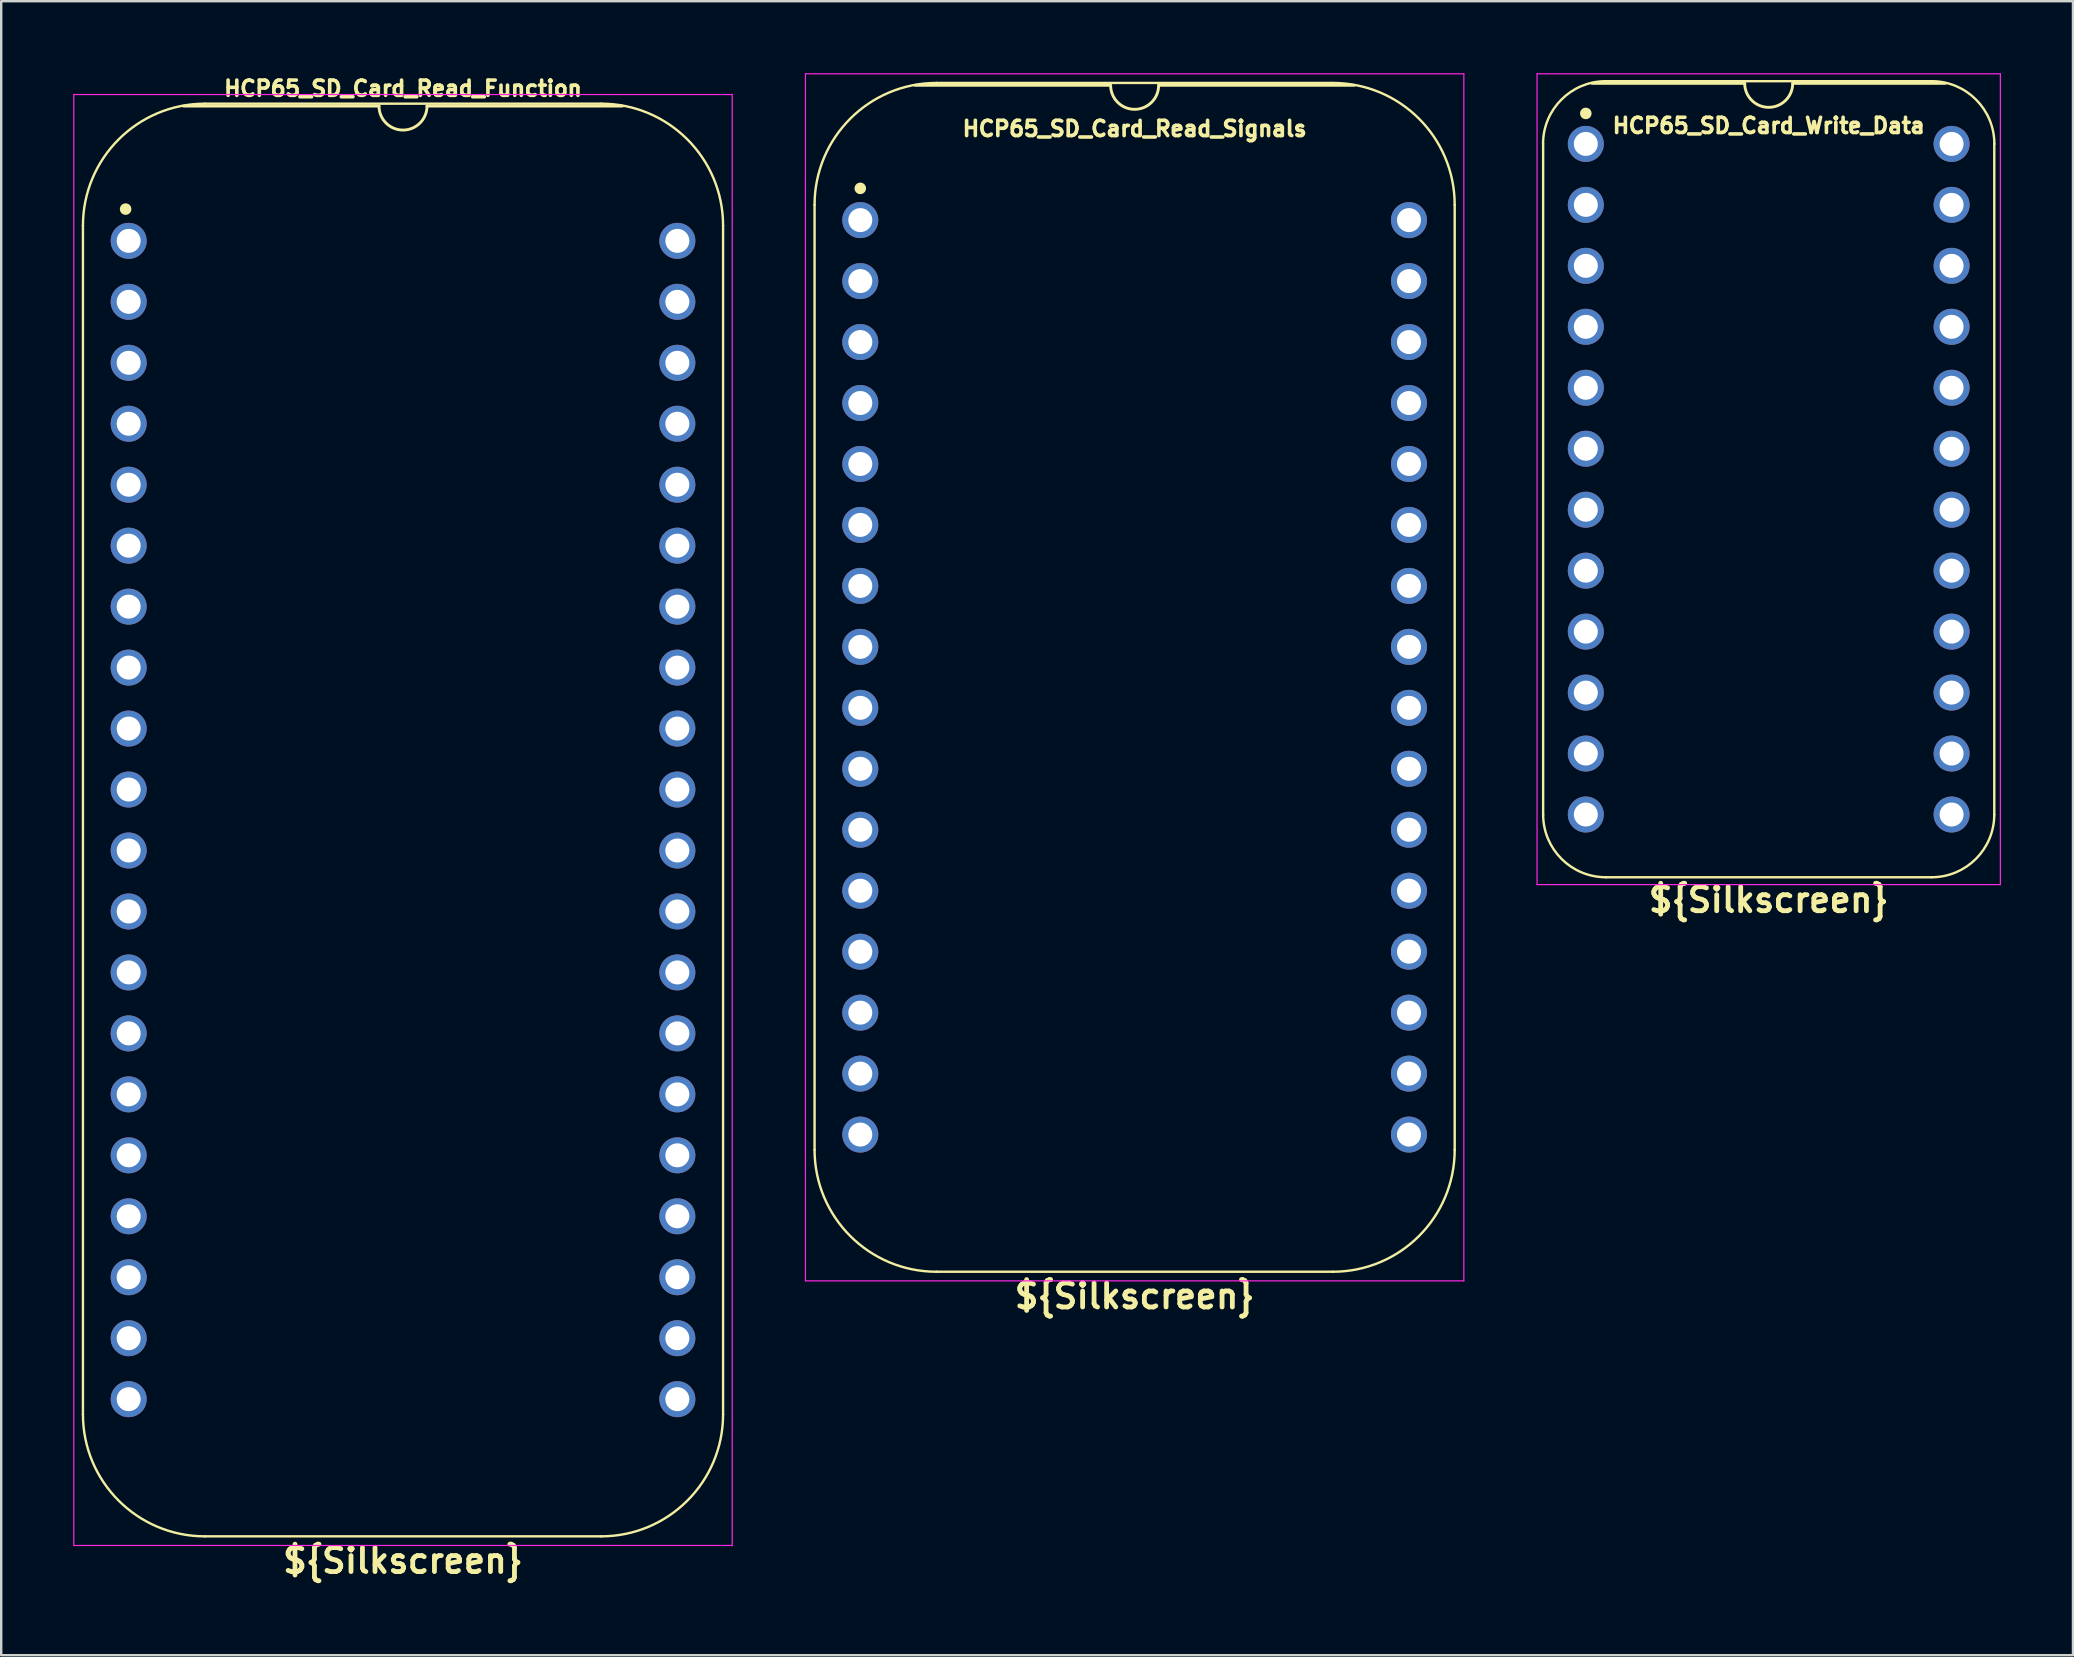
<source format=kicad_pcb>
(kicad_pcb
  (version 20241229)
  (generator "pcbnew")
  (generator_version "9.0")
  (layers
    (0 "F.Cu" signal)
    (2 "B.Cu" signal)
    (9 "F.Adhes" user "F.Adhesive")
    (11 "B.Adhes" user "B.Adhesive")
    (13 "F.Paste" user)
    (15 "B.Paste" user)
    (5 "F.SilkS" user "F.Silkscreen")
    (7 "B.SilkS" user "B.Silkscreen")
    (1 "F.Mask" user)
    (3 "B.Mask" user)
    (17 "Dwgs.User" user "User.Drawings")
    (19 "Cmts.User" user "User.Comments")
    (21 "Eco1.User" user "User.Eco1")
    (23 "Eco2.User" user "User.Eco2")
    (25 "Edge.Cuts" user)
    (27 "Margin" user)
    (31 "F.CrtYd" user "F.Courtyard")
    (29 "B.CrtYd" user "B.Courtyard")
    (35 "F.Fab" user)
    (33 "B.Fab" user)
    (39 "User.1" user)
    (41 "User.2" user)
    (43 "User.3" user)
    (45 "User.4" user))
  (footprint "HCP65_SD_Card_Read_Signals"
    (layer "F.Cu")
    (at 32.793 6.121)
    (property "Reference" "HCP65_SD_Card_Read_Signals" (at 11.43 -3.81 0) (layer "F.SilkS") (effects (font (size 0.635 0.635) (thickness 0.15))))
    (property "Silkscreen" "${Silkscreen}" (at 11.43 44.831 0) (layer "F.SilkS") (effects (font (size 1 1) (thickness 0.2))))
    (attr through_hole)
    (fp_line (start -1.905 -0.635) (end -1.905 38.735) (stroke (width 0.1) (type solid)) (layer "F.SilkS"))
    (fp_line (start 10.43 -5.616) (end 2.286 -5.616) (stroke (width 0.12) (type solid)) (layer "F.SilkS"))
    (fp_line (start 19.685 -5.715) (end 3.175 -5.715) (stroke (width 0.1) (type solid)) (layer "F.SilkS"))
    (fp_line (start 19.685 43.815) (end 3.175 43.815) (stroke (width 0.1) (type solid)) (layer "F.SilkS"))
    (fp_line (start 20.574 -5.616) (end 12.43 -5.616) (stroke (width 0.12) (type solid)) (layer "F.SilkS"))
    (fp_line (start 24.765 38.735) (end 24.765 -0.635) (stroke (width 0.1) (type solid)) (layer "F.SilkS"))
    (fp_arc (start -1.905 -0.635) (mid -0.417102 -4.227102) (end 3.175 -5.715) (stroke (width 0.1) (type solid)) (layer "F.SilkS"))
    (fp_arc (start 3.175 43.815) (mid -0.417102 42.327102) (end -1.905 38.735) (stroke (width 0.1) (type solid)) (layer "F.SilkS"))
    (fp_arc (start 12.43 -5.616) (mid 11.43 -4.616) (end 10.43 -5.616) (stroke (width 0.12) (type solid)) (layer "F.SilkS"))
    (fp_arc (start 19.685 -5.715) (mid 23.277102 -4.227102) (end 24.765 -0.635) (stroke (width 0.1) (type solid)) (layer "F.SilkS"))
    (fp_arc (start 24.765 38.735) (mid 23.277102 42.327102) (end 19.685 43.815) (stroke (width 0.1) (type solid)) (layer "F.SilkS"))
    (fp_circle (center 0 -1.323) (end 0.18 -1.323) (stroke (width 0.12) (type solid)) (fill yes) (layer "F.SilkS"))
    (fp_line (start -2.286 -6.096) (end -2.286 44.196) (stroke (width 0.05) (type solid)) (layer "F.CrtYd"))
    (fp_line (start -2.286 -6.096) (end 25.146 -6.096) (stroke (width 0.05) (type solid)) (layer "F.CrtYd"))
    (fp_line (start -2.286 44.196) (end 25.146 44.196) (stroke (width 0.05) (type solid)) (layer "F.CrtYd"))
    (fp_line (start 25.146 44.196) (end 25.146 -6.096) (stroke (width 0.05) (type solid)) (layer "F.CrtYd"))
    (pad "1" thru_hole circle (at 0 0) (size 1.5 1.5) (drill 1) (layers "*.Cu" "*.Mask"))
    (pad "2" thru_hole circle (at 0 2.54) (size 1.5 1.5) (drill 1) (layers "*.Cu" "*.Mask"))
    (pad "3" thru_hole circle (at 0 5.08) (size 1.5 1.5) (drill 1) (layers "*.Cu" "*.Mask"))
    (pad "4" thru_hole circle (at 0 7.62) (size 1.5 1.5) (drill 1) (layers "*.Cu" "*.Mask"))
    (pad "5" thru_hole circle (at 0 10.16) (size 1.5 1.5) (drill 1) (layers "*.Cu" "*.Mask"))
    (pad "6" thru_hole circle (at 0 12.7) (size 1.5 1.5) (drill 1) (layers "*.Cu" "*.Mask"))
    (pad "7" thru_hole circle (at 0 15.24) (size 1.5 1.5) (drill 1) (layers "*.Cu" "*.Mask"))
    (pad "8" thru_hole circle (at 0 17.78) (size 1.5 1.5) (drill 1) (layers "*.Cu" "*.Mask"))
    (pad "9" thru_hole circle (at 0 20.32) (size 1.5 1.5) (drill 1) (layers "*.Cu" "*.Mask"))
    (pad "10" thru_hole circle (at 0 22.86) (size 1.5 1.5) (drill 1) (layers "*.Cu" "*.Mask"))
    (pad "11" thru_hole circle (at 0 25.4) (size 1.5 1.5) (drill 1) (layers "*.Cu" "*.Mask"))
    (pad "12" thru_hole circle (at 0 27.94) (size 1.5 1.5) (drill 1) (layers "*.Cu" "*.Mask"))
    (pad "13" thru_hole circle (at 0 30.48) (size 1.5 1.5) (drill 1) (layers "*.Cu" "*.Mask"))
    (pad "14" thru_hole circle (at 0 33.02) (size 1.5 1.5) (drill 1) (layers "*.Cu" "*.Mask"))
    (pad "15" thru_hole circle (at 0 35.56) (size 1.5 1.5) (drill 1) (layers "*.Cu" "*.Mask"))
    (pad "16" thru_hole circle (at 0 38.1) (size 1.5 1.5) (drill 1) (layers "*.Cu" "*.Mask"))
    (pad "17" thru_hole circle (at 22.86 38.1) (size 1.5 1.5) (drill 1) (layers "*.Cu" "*.Mask"))
    (pad "18" thru_hole circle (at 22.86 35.56) (size 1.5 1.5) (drill 1) (layers "*.Cu" "*.Mask"))
    (pad "19" thru_hole circle (at 22.86 33.02) (size 1.5 1.5) (drill 1) (layers "*.Cu" "*.Mask"))
    (pad "20" thru_hole circle (at 22.86 30.48) (size 1.5 1.5) (drill 1) (layers "*.Cu" "*.Mask"))
    (pad "21" thru_hole circle (at 22.86 27.94) (size 1.5 1.5) (drill 1) (layers "*.Cu" "*.Mask"))
    (pad "22" thru_hole circle (at 22.86 25.4) (size 1.5 1.5) (drill 1) (layers "*.Cu" "*.Mask"))
    (pad "23" thru_hole circle (at 22.86 22.86) (size 1.5 1.5) (drill 1) (layers "*.Cu" "*.Mask"))
    (pad "24" thru_hole circle (at 22.86 20.32) (size 1.5 1.5) (drill 1) (layers "*.Cu" "*.Mask"))
    (pad "25" thru_hole circle (at 22.86 17.78) (size 1.5 1.5) (drill 1) (layers "*.Cu" "*.Mask"))
    (pad "26" thru_hole circle (at 22.86 15.24) (size 1.5 1.5) (drill 1) (layers "*.Cu" "*.Mask"))
    (pad "27" thru_hole circle (at 22.86 12.7) (size 1.5 1.5) (drill 1) (layers "*.Cu" "*.Mask"))
    (pad "28" thru_hole circle (at 22.86 10.16) (size 1.5 1.5) (drill 1) (layers "*.Cu" "*.Mask"))
    (pad "29" thru_hole circle (at 22.86 7.62) (size 1.5 1.5) (drill 1) (layers "*.Cu" "*.Mask"))
    (pad "30" thru_hole circle (at 22.86 5.08) (size 1.5 1.5) (drill 1) (layers "*.Cu" "*.Mask"))
    (pad "31" thru_hole circle (at 22.86 2.54) (size 1.5 1.5) (drill 1) (layers "*.Cu" "*.Mask"))
    (pad "32" thru_hole circle (at 22.86 0) (size 1.5 1.5) (drill 1) (layers "*.Cu" "*.Mask")))
  (footprint "HCP65_SD_Card_Write_Data"
    (layer "F.Cu")
    (at 63.021 2.946)
    (property "Reference" "HCP65_SD_Card_Write_Data" (at 7.62 -0.762 0) (layer "F.SilkS") (effects (font (size 0.635 0.635) (thickness 0.15))))
    (property "Silkscreen" "${Silkscreen}" (at 7.62 31.496 0) (layer "F.SilkS") (effects (font (size 1 1) (thickness 0.2))))
    (attr through_hole)
    (fp_line (start -1.778 27.94) (end -1.778 0) (stroke (width 0.1) (type solid)) (layer "F.SilkS"))
    (fp_line (start 0.832 -2.614) (end 14.408 -2.614) (stroke (width 0.1) (type solid)) (layer "F.SilkS"))
    (fp_line (start 6.62 -2.524) (end 0.254 -2.524) (stroke (width 0.12) (type solid)) (layer "F.SilkS"))
    (fp_line (start 14.404 30.554) (end 0.836 30.554) (stroke (width 0.1) (type solid)) (layer "F.SilkS"))
    (fp_line (start 14.986 -2.524) (end 8.62 -2.524) (stroke (width 0.12) (type solid)) (layer "F.SilkS"))
    (fp_line (start 17.018 27.94) (end 17.018 0) (stroke (width 0.1) (type solid)) (layer "F.SilkS"))
    (fp_arc (start -1.781544 0) (mid -1.016 -1.848188) (end 0.832188 -2.613732) (stroke (width 0.1) (type solid)) (layer "F.SilkS"))
    (fp_arc (start 0.835733 30.553733) (mid -1.012456 29.788189) (end -1.778 27.94) (stroke (width 0.1) (type solid)) (layer "F.SilkS"))
    (fp_arc (start 8.62 -2.524) (mid 7.62 -1.524) (end 6.62 -2.524) (stroke (width 0.12) (type solid)) (layer "F.SilkS"))
    (fp_arc (start 14.407812 -2.613732) (mid 16.256 -1.848188) (end 17.021544 0) (stroke (width 0.1) (type solid)) (layer "F.SilkS"))
    (fp_arc (start 17.018001 27.940001) (mid 16.252456 29.788188) (end 14.404269 30.553733) (stroke (width 0.1) (type solid)) (layer "F.SilkS"))
    (fp_circle (center 0 -1.27) (end 0.18 -1.27) (stroke (width 0.12) (type solid)) (fill yes) (layer "F.SilkS"))
    (fp_line (start -2.032 -2.921) (end -2.032 30.861) (stroke (width 0.05) (type solid)) (layer "F.CrtYd"))
    (fp_line (start -2.032 -2.921) (end 17.272 -2.921) (stroke (width 0.05) (type solid)) (layer "F.CrtYd"))
    (fp_line (start -2.032 30.861) (end 17.272 30.861) (stroke (width 0.05) (type solid)) (layer "F.CrtYd"))
    (fp_line (start 17.272 -2.921) (end 17.272 30.861) (stroke (width 0.05) (type solid)) (layer "F.CrtYd"))
    (pad "1" thru_hole circle (at 0 0) (size 1.5 1.5) (drill 1) (layers "*.Cu" "*.Mask"))
    (pad "2" thru_hole circle (at 0 2.54) (size 1.5 1.5) (drill 1) (layers "*.Cu" "*.Mask"))
    (pad "3" thru_hole circle (at 0 5.08) (size 1.5 1.5) (drill 1) (layers "*.Cu" "*.Mask"))
    (pad "4" thru_hole circle (at 0 7.62) (size 1.5 1.5) (drill 1) (layers "*.Cu" "*.Mask"))
    (pad "5" thru_hole circle (at 0 10.16) (size 1.5 1.5) (drill 1) (layers "*.Cu" "*.Mask"))
    (pad "6" thru_hole circle (at 0 12.7) (size 1.5 1.5) (drill 1) (layers "*.Cu" "*.Mask"))
    (pad "7" thru_hole circle (at 0 15.24) (size 1.5 1.5) (drill 1) (layers "*.Cu" "*.Mask"))
    (pad "8" thru_hole circle (at 0 17.78) (size 1.5 1.5) (drill 1) (layers "*.Cu" "*.Mask"))
    (pad "9" thru_hole circle (at 0 20.32) (size 1.5 1.5) (drill 1) (layers "*.Cu" "*.Mask"))
    (pad "10" thru_hole circle (at 0 22.86) (size 1.5 1.5) (drill 1) (layers "*.Cu" "*.Mask"))
    (pad "11" thru_hole circle (at 0 25.4) (size 1.5 1.5) (drill 1) (layers "*.Cu" "*.Mask"))
    (pad "12" thru_hole circle (at 0 27.94) (size 1.5 1.5) (drill 1) (layers "*.Cu" "*.Mask"))
    (pad "13" thru_hole circle (at 15.24 27.94) (size 1.5 1.5) (drill 1) (layers "*.Cu" "*.Mask"))
    (pad "14" thru_hole circle (at 15.24 25.4) (size 1.5 1.5) (drill 1) (layers "*.Cu" "*.Mask"))
    (pad "15" thru_hole circle (at 15.24 22.86) (size 1.5 1.5) (drill 1) (layers "*.Cu" "*.Mask"))
    (pad "16" thru_hole circle (at 15.24 20.32) (size 1.5 1.5) (drill 1) (layers "*.Cu" "*.Mask"))
    (pad "17" thru_hole circle (at 15.24 17.78) (size 1.5 1.5) (drill 1) (layers "*.Cu" "*.Mask"))
    (pad "18" thru_hole circle (at 15.24 15.24) (size 1.5 1.5) (drill 1) (layers "*.Cu" "*.Mask"))
    (pad "19" thru_hole circle (at 15.24 12.7) (size 1.5 1.5) (drill 1) (layers "*.Cu" "*.Mask"))
    (pad "20" thru_hole circle (at 15.24 10.16) (size 1.5 1.5) (drill 1) (layers "*.Cu" "*.Mask"))
    (pad "21" thru_hole circle (at 15.24 7.62) (size 1.5 1.5) (drill 1) (layers "*.Cu" "*.Mask"))
    (pad "22" thru_hole circle (at 15.24 5.08) (size 1.5 1.5) (drill 1) (layers "*.Cu" "*.Mask"))
    (pad "23" thru_hole circle (at 15.24 2.54) (size 1.5 1.5) (drill 1) (layers "*.Cu" "*.Mask"))
    (pad "24" thru_hole circle (at 15.24 0) (size 1.5 1.5) (drill 1) (layers "*.Cu" "*.Mask")))
  (footprint "HCP65_SD_Card_Read_Function"
    (layer "F.Cu")
    (at 2.311 6.985)
    (property "Reference" "HCP65_SD_Card_Read_Function" (at 11.43 -6.35 0) (layer "F.SilkS") (effects (font (size 0.635 0.635) (thickness 0.15))))
    (property "Silkscreen" "${Silkscreen}" (at 11.43 54.991 0) (layer "F.SilkS") (effects (font (size 1 1) (thickness 0.2))))
    (attr through_hole)
    (fp_line (start -1.905 -0.635) (end -1.905 48.895) (stroke (width 0.1) (type solid)) (layer "F.SilkS"))
    (fp_line (start 10.43 -5.616) (end 2.286 -5.616) (stroke (width 0.12) (type solid)) (layer "F.SilkS"))
    (fp_line (start 19.685 -5.715) (end 3.175 -5.715) (stroke (width 0.1) (type solid)) (layer "F.SilkS"))
    (fp_line (start 19.685 53.975) (end 3.175 53.975) (stroke (width 0.1) (type solid)) (layer "F.SilkS"))
    (fp_line (start 20.574 -5.616) (end 12.43 -5.616) (stroke (width 0.12) (type solid)) (layer "F.SilkS"))
    (fp_line (start 24.765 48.895) (end 24.765 -0.635) (stroke (width 0.1) (type solid)) (layer "F.SilkS"))
    (fp_arc (start -1.905 -0.635) (mid -0.417102 -4.227102) (end 3.175 -5.715) (stroke (width 0.1) (type solid)) (layer "F.SilkS"))
    (fp_arc (start 3.175 53.975) (mid -0.417102 52.487102) (end -1.905 48.895) (stroke (width 0.1) (type solid)) (layer "F.SilkS"))
    (fp_arc (start 12.43 -5.616) (mid 11.43 -4.616) (end 10.43 -5.616) (stroke (width 0.12) (type solid)) (layer "F.SilkS"))
    (fp_arc (start 19.685 -5.715) (mid 23.277102 -4.227102) (end 24.765 -0.635) (stroke (width 0.1) (type solid)) (layer "F.SilkS"))
    (fp_arc (start 24.765 48.895) (mid 23.277102 52.487102) (end 19.685 53.975) (stroke (width 0.1) (type solid)) (layer "F.SilkS"))
    (fp_circle (center -0.127 -1.323) (end 0.053 -1.323) (stroke (width 0.12) (type solid)) (fill yes) (layer "F.SilkS"))
    (fp_line (start -2.286 -6.096) (end -2.286 54.356) (stroke (width 0.05) (type solid)) (layer "F.CrtYd"))
    (fp_line (start -2.286 -6.096) (end 25.146 -6.096) (stroke (width 0.05) (type solid)) (layer "F.CrtYd"))
    (fp_line (start -2.286 54.356) (end 25.146 54.356) (stroke (width 0.05) (type solid)) (layer "F.CrtYd"))
    (fp_line (start 25.146 54.356) (end 25.146 -6.096) (stroke (width 0.05) (type solid)) (layer "F.CrtYd"))
    (pad "1" thru_hole circle (at 0 0) (size 1.5 1.5) (drill 1) (layers "*.Cu" "*.Mask"))
    (pad "2" thru_hole circle (at 0 2.54) (size 1.5 1.5) (drill 1) (layers "*.Cu" "*.Mask"))
    (pad "3" thru_hole circle (at 0 5.08) (size 1.5 1.5) (drill 1) (layers "*.Cu" "*.Mask"))
    (pad "4" thru_hole circle (at 0 7.62) (size 1.5 1.5) (drill 1) (layers "*.Cu" "*.Mask"))
    (pad "5" thru_hole circle (at 0 10.16) (size 1.5 1.5) (drill 1) (layers "*.Cu" "*.Mask"))
    (pad "6" thru_hole circle (at 0 12.7) (size 1.5 1.5) (drill 1) (layers "*.Cu" "*.Mask"))
    (pad "7" thru_hole circle (at 0 15.24) (size 1.5 1.5) (drill 1) (layers "*.Cu" "*.Mask"))
    (pad "8" thru_hole circle (at 0 17.78) (size 1.5 1.5) (drill 1) (layers "*.Cu" "*.Mask"))
    (pad "9" thru_hole circle (at 0 20.32) (size 1.5 1.5) (drill 1) (layers "*.Cu" "*.Mask"))
    (pad "10" thru_hole circle (at 0 22.86) (size 1.5 1.5) (drill 1) (layers "*.Cu" "*.Mask"))
    (pad "11" thru_hole circle (at 0 25.4) (size 1.5 1.5) (drill 1) (layers "*.Cu" "*.Mask"))
    (pad "12" thru_hole circle (at 0 27.94) (size 1.5 1.5) (drill 1) (layers "*.Cu" "*.Mask"))
    (pad "13" thru_hole circle (at 0 30.48) (size 1.5 1.5) (drill 1) (layers "*.Cu" "*.Mask"))
    (pad "14" thru_hole circle (at 0 33.02) (size 1.5 1.5) (drill 1) (layers "*.Cu" "*.Mask"))
    (pad "15" thru_hole circle (at 0 35.56) (size 1.5 1.5) (drill 1) (layers "*.Cu" "*.Mask"))
    (pad "16" thru_hole circle (at 0 38.1) (size 1.5 1.5) (drill 1) (layers "*.Cu" "*.Mask"))
    (pad "17" thru_hole circle (at 0 40.64) (size 1.5 1.5) (drill 1) (layers "*.Cu" "*.Mask"))
    (pad "18" thru_hole circle (at 0 43.18) (size 1.5 1.5) (drill 1) (layers "*.Cu" "*.Mask"))
    (pad "19" thru_hole circle (at 0 45.72) (size 1.5 1.5) (drill 1) (layers "*.Cu" "*.Mask"))
    (pad "20" thru_hole circle (at 0 48.26) (size 1.5 1.5) (drill 1) (layers "*.Cu" "*.Mask"))
    (pad "21" thru_hole circle (at 22.86 48.26) (size 1.5 1.5) (drill 1) (layers "*.Cu" "*.Mask"))
    (pad "22" thru_hole circle (at 22.86 45.72) (size 1.5 1.5) (drill 1) (layers "*.Cu" "*.Mask"))
    (pad "23" thru_hole circle (at 22.86 43.18) (size 1.5 1.5) (drill 1) (layers "*.Cu" "*.Mask"))
    (pad "24" thru_hole circle (at 22.86 40.64) (size 1.5 1.5) (drill 1) (layers "*.Cu" "*.Mask"))
    (pad "25" thru_hole circle (at 22.86 38.1) (size 1.5 1.5) (drill 1) (layers "*.Cu" "*.Mask"))
    (pad "26" thru_hole circle (at 22.86 35.56) (size 1.5 1.5) (drill 1) (layers "*.Cu" "*.Mask"))
    (pad "27" thru_hole circle (at 22.86 33.02) (size 1.5 1.5) (drill 1) (layers "*.Cu" "*.Mask"))
    (pad "28" thru_hole circle (at 22.86 30.48) (size 1.5 1.5) (drill 1) (layers "*.Cu" "*.Mask"))
    (pad "29" thru_hole circle (at 22.86 27.94) (size 1.5 1.5) (drill 1) (layers "*.Cu" "*.Mask"))
    (pad "30" thru_hole circle (at 22.86 25.4) (size 1.5 1.5) (drill 1) (layers "*.Cu" "*.Mask"))
    (pad "31" thru_hole circle (at 22.86 22.86) (size 1.5 1.5) (drill 1) (layers "*.Cu" "*.Mask"))
    (pad "32" thru_hole circle (at 22.86 20.32) (size 1.5 1.5) (drill 1) (layers "*.Cu" "*.Mask"))
    (pad "33" thru_hole circle (at 22.86 17.78) (size 1.5 1.5) (drill 1) (layers "*.Cu" "*.Mask"))
    (pad "34" thru_hole circle (at 22.86 15.24) (size 1.5 1.5) (drill 1) (layers "*.Cu" "*.Mask"))
    (pad "35" thru_hole circle (at 22.86 12.7) (size 1.5 1.5) (drill 1) (layers "*.Cu" "*.Mask"))
    (pad "36" thru_hole circle (at 22.86 10.16) (size 1.5 1.5) (drill 1) (layers "*.Cu" "*.Mask"))
    (pad "37" thru_hole circle (at 22.86 7.62) (size 1.5 1.5) (drill 1) (layers "*.Cu" "*.Mask"))
    (pad "38" thru_hole circle (at 22.86 5.08) (size 1.5 1.5) (drill 1) (layers "*.Cu" "*.Mask"))
    (pad "39" thru_hole circle (at 22.86 2.54) (size 1.5 1.5) (drill 1) (layers "*.Cu" "*.Mask"))
    (pad "40" thru_hole circle (at 22.86 0) (size 1.5 1.5) (drill 1) (layers "*.Cu" "*.Mask")))
  (gr_rect
    (start -3 -3)
    (end 83.318 65.912)
    (stroke (width 0.1) (type default))
    (fill no)
    (layer "Edge.Cuts")))
</source>
